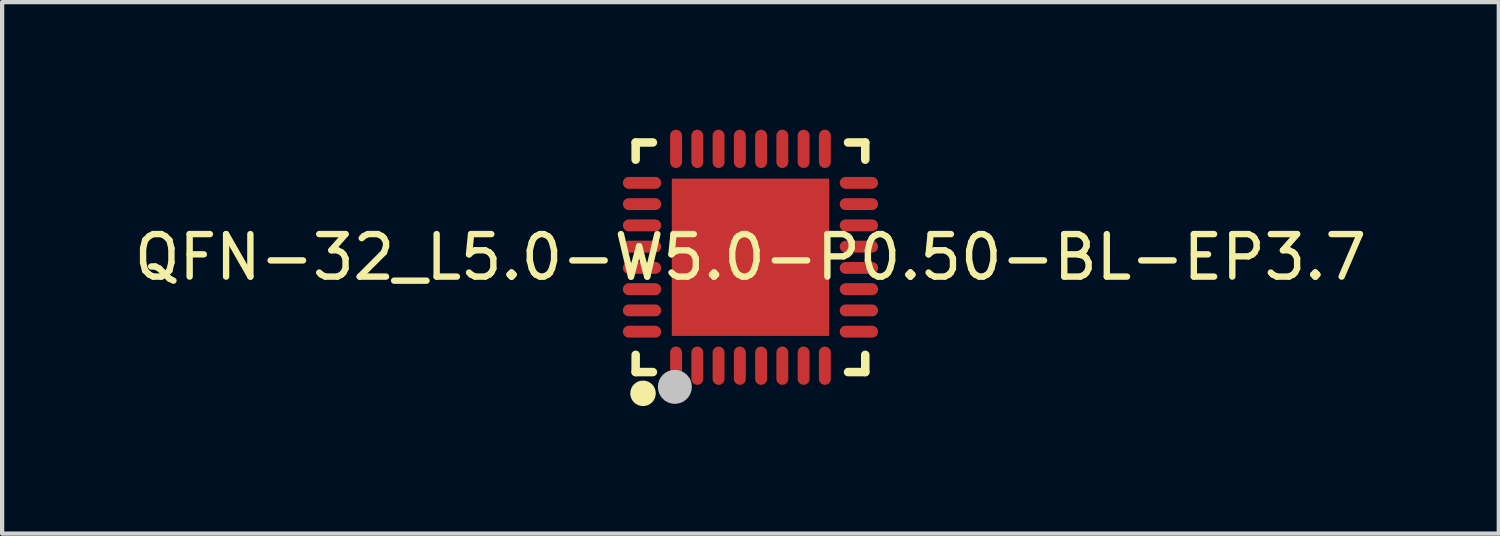
<source format=kicad_pcb>
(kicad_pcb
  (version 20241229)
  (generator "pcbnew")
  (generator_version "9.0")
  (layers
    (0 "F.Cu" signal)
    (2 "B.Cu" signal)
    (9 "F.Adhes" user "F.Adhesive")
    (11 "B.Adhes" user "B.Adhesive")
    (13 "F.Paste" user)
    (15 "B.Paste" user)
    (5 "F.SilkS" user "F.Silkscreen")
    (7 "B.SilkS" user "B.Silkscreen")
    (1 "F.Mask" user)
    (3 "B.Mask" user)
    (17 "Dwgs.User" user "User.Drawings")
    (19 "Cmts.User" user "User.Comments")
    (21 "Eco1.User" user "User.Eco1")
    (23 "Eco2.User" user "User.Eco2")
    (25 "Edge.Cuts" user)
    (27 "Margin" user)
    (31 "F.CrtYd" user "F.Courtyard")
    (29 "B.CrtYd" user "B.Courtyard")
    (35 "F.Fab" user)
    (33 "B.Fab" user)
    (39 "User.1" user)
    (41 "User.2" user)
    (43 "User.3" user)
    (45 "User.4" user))
  (footprint "QFN-32_L5.0-W5.0-P0.50-BL-EP3.7"
    (layer "F.Cu")
    (at 14.601 3.001)
    (property "Reference" "QFN-32_L5.0-W5.0-P0.50-BL-EP3.7" (at 0 0 0) (layer "F.SilkS") (effects (font (size 1 1) (thickness 0.15))))
    (fp_line (start -2.7 -2.7) (end -2.295 -2.7) (stroke (width 0.2) (type default)) (layer "F.SilkS"))
    (fp_line (start -2.7 -2.295) (end -2.7 -2.7) (stroke (width 0.2) (type default)) (layer "F.SilkS"))
    (fp_line (start -2.7 2.7) (end -2.7 2.295) (stroke (width 0.2) (type default)) (layer "F.SilkS"))
    (fp_line (start -2.295 2.7) (end -2.7 2.7) (stroke (width 0.2) (type default)) (layer "F.SilkS"))
    (fp_line (start 2.295 2.7) (end 2.7 2.7) (stroke (width 0.2) (type default)) (layer "F.SilkS"))
    (fp_line (start 2.7 -2.7) (end 2.295 -2.7) (stroke (width 0.2) (type default)) (layer "F.SilkS"))
    (fp_line (start 2.7 -2.295) (end 2.7 -2.7) (stroke (width 0.2) (type default)) (layer "F.SilkS"))
    (fp_line (start 2.7 2.7) (end 2.7 2.295) (stroke (width 0.2) (type default)) (layer "F.SilkS"))
    (fp_arc (start -2.5255 3.0505) (mid -2.52625 3.350503) (end -2.528 3.0505) (stroke (width 0.3) (type default)) (layer "F.SilkS"))
    (fp_poly (pts (xy -1.5 -1.5) (xy 1.5 -1.5) (xy 1.5 1.5) (xy -1.5 1.5)) (stroke (width 0) (type default)) (fill yes) (layer "F.Paste"))
    (fp_poly (pts (arc (start -2.86 -1.61) (mid -3 -1.75) (end -2.86 -1.89)) (arc (start -2.2405 -1.89) (mid -2.1005 -1.75) (end -2.2405 -1.61))) (stroke (width 0) (type default)) (fill yes) (layer "F.Paste"))
    (fp_poly (pts (arc (start -2.86 -1.11) (mid -3 -1.25) (end -2.86 -1.39)) (arc (start -2.2405 -1.39) (mid -2.1005 -1.25) (end -2.2405 -1.11))) (stroke (width 0) (type default)) (fill yes) (layer "F.Paste"))
    (fp_poly (pts (arc (start -2.86 -0.6095) (mid -3 -0.7495) (end -2.86 -0.8895)) (arc (start -2.2405 -0.8895) (mid -2.1005 -0.7495) (end -2.2405 -0.6095))) (stroke (width 0) (type default)) (fill yes) (layer "F.Paste"))
    (fp_poly (pts (arc (start -2.86 -0.109) (mid -3 -0.249) (end -2.86 -0.389)) (arc (start -2.2405 -0.389) (mid -2.1005 -0.249) (end -2.2405 -0.109))) (stroke (width 0) (type default)) (fill yes) (layer "F.Paste"))
    (fp_poly (pts (arc (start -2.86 0.389) (mid -3 0.249) (end -2.86 0.109)) (arc (start -2.2405 0.109) (mid -2.1005 0.249) (end -2.2405 0.389))) (stroke (width 0) (type default)) (fill yes) (layer "F.Paste"))
    (fp_poly (pts (arc (start -2.86 0.889) (mid -3 0.749) (end -2.86 0.609)) (arc (start -2.2405 0.609) (mid -2.1005 0.749) (end -2.2405 0.889))) (stroke (width 0) (type default)) (fill yes) (layer "F.Paste"))
    (fp_poly (pts (arc (start -2.86 1.3895) (mid -3 1.2495) (end -2.86 1.1095)) (arc (start -2.2405 1.1095) (mid -2.1005 1.2495) (end -2.2405 1.3895))) (stroke (width 0) (type default)) (fill yes) (layer "F.Paste"))
    (fp_poly (pts (arc (start -2.86 1.89) (mid -3 1.75) (end -2.86 1.61)) (arc (start -2.2405 1.61) (mid -2.1005 1.75) (end -2.2405 1.89))) (stroke (width 0) (type default)) (fill yes) (layer "F.Paste"))
    (fp_poly (pts (arc (start -1.89 -2.86) (mid -1.75 -3) (end -1.61 -2.86)) (arc (start -1.61 -2.24) (mid -1.75 -2.1) (end -1.89 -2.24))) (stroke (width 0) (type default)) (fill yes) (layer "F.Paste"))
    (fp_poly (pts (arc (start -1.89 2.24) (mid -1.75 2.1) (end -1.61 2.24)) (arc (start -1.61 2.86) (mid -1.75 3) (end -1.89 2.86))) (stroke (width 0) (type default)) (fill yes) (layer "F.Paste"))
    (fp_poly (pts (arc (start -1.39 -2.86) (mid -1.25 -3) (end -1.11 -2.86)) (arc (start -1.11 -2.24) (mid -1.25 -2.1) (end -1.39 -2.24))) (stroke (width 0) (type default)) (fill yes) (layer "F.Paste"))
    (fp_poly (pts (arc (start -1.39 2.24) (mid -1.25 2.1) (end -1.11 2.24)) (arc (start -1.11 2.86) (mid -1.25 3) (end -1.39 2.86))) (stroke (width 0) (type default)) (fill yes) (layer "F.Paste"))
    (fp_poly (pts (arc (start -0.8895 -2.86) (mid -0.7495 -3) (end -0.6095 -2.86)) (arc (start -0.6095 -2.24) (mid -0.7495 -2.1) (end -0.8895 -2.24))) (stroke (width 0) (type default)) (fill yes) (layer "F.Paste"))
    (fp_poly (pts (arc (start -0.8895 2.24) (mid -0.7495 2.1) (end -0.6095 2.24)) (arc (start -0.6095 2.86) (mid -0.7495 3) (end -0.8895 2.86))) (stroke (width 0) (type default)) (fill yes) (layer "F.Paste"))
    (fp_poly (pts (arc (start -0.389 -2.86) (mid -0.249 -3) (end -0.109 -2.86)) (arc (start -0.109 -2.24) (mid -0.249 -2.1) (end -0.389 -2.24))) (stroke (width 0) (type default)) (fill yes) (layer "F.Paste"))
    (fp_poly (pts (arc (start -0.389 2.24) (mid -0.249 2.1) (end -0.109 2.24)) (arc (start -0.109 2.86) (mid -0.249 3) (end -0.389 2.86))) (stroke (width 0) (type default)) (fill yes) (layer "F.Paste"))
    (fp_poly (pts (arc (start 0.109 -2.86) (mid 0.249 -3) (end 0.389 -2.86)) (arc (start 0.389 -2.24) (mid 0.249 -2.1) (end 0.109 -2.24))) (stroke (width 0) (type default)) (fill yes) (layer "F.Paste"))
    (fp_poly (pts (arc (start 0.109 2.24) (mid 0.249 2.1) (end 0.389 2.24)) (arc (start 0.389 2.86) (mid 0.249 3) (end 0.109 2.86))) (stroke (width 0) (type default)) (fill yes) (layer "F.Paste"))
    (fp_poly (pts (arc (start 0.609 -2.86) (mid 0.749 -3) (end 0.889 -2.86)) (arc (start 0.889 -2.24) (mid 0.749 -2.1) (end 0.609 -2.24))) (stroke (width 0) (type default)) (fill yes) (layer "F.Paste"))
    (fp_poly (pts (arc (start 0.609 2.24) (mid 0.749 2.1) (end 0.889 2.24)) (arc (start 0.889 2.86) (mid 0.749 3) (end 0.609 2.86))) (stroke (width 0) (type default)) (fill yes) (layer "F.Paste"))
    (fp_poly (pts (arc (start 1.1095 -2.86) (mid 1.2495 -3) (end 1.3895 -2.86)) (arc (start 1.3895 -2.24) (mid 1.2495 -2.1) (end 1.1095 -2.24))) (stroke (width 0) (type default)) (fill yes) (layer "F.Paste"))
    (fp_poly (pts (arc (start 1.1095 2.24) (mid 1.2495 2.1) (end 1.3895 2.24)) (arc (start 1.3895 2.86) (mid 1.2495 3) (end 1.1095 2.86))) (stroke (width 0) (type default)) (fill yes) (layer "F.Paste"))
    (fp_poly (pts (arc (start 1.61 -2.86) (mid 1.75 -3) (end 1.89 -2.86)) (arc (start 1.89 -2.24) (mid 1.75 -2.1) (end 1.61 -2.24))) (stroke (width 0) (type default)) (fill yes) (layer "F.Paste"))
    (fp_poly (pts (arc (start 1.61 2.24) (mid 1.75 2.1) (end 1.89 2.24)) (arc (start 1.89 2.86) (mid 1.75 3) (end 1.61 2.86))) (stroke (width 0) (type default)) (fill yes) (layer "F.Paste"))
    (fp_poly (pts (arc (start 2.24 -1.61) (mid 2.1 -1.75) (end 2.24 -1.89)) (arc (start 2.86 -1.89) (mid 3 -1.75) (end 2.86 -1.61))) (stroke (width 0) (type default)) (fill yes) (layer "F.Paste"))
    (fp_poly (pts (arc (start 2.24 -1.11) (mid 2.1 -1.25) (end 2.24 -1.39)) (arc (start 2.86 -1.39) (mid 3 -1.25) (end 2.86 -1.11))) (stroke (width 0) (type default)) (fill yes) (layer "F.Paste"))
    (fp_poly (pts (arc (start 2.24 -0.6095) (mid 2.1 -0.7495) (end 2.24 -0.8895)) (arc (start 2.86 -0.8895) (mid 3 -0.7495) (end 2.86 -0.6095))) (stroke (width 0) (type default)) (fill yes) (layer "F.Paste"))
    (fp_poly (pts (arc (start 2.24 -0.109) (mid 2.1 -0.249) (end 2.24 -0.389)) (arc (start 2.86 -0.389) (mid 3 -0.249) (end 2.86 -0.109))) (stroke (width 0) (type default)) (fill yes) (layer "F.Paste"))
    (fp_poly (pts (arc (start 2.24 0.389) (mid 2.1 0.249) (end 2.24 0.109)) (arc (start 2.86 0.109) (mid 3 0.249) (end 2.86 0.389))) (stroke (width 0) (type default)) (fill yes) (layer "F.Paste"))
    (fp_poly (pts (arc (start 2.24 0.889) (mid 2.1 0.749) (end 2.24 0.609)) (arc (start 2.86 0.609) (mid 3 0.749) (end 2.86 0.889))) (stroke (width 0) (type default)) (fill yes) (layer "F.Paste"))
    (fp_poly (pts (arc (start 2.24 1.3895) (mid 2.1 1.2495) (end 2.24 1.1095)) (arc (start 2.86 1.1095) (mid 3 1.2495) (end 2.86 1.3895))) (stroke (width 0) (type default)) (fill yes) (layer "F.Paste"))
    (fp_poly (pts (arc (start 2.24 1.89) (mid 2.1 1.75) (end 2.24 1.61)) (arc (start 2.86 1.61) (mid 3 1.75) (end 2.86 1.89))) (stroke (width 0) (type default)) (fill yes) (layer "F.Paste"))
    (fp_circle (center -1.778 3.048) (end -1.578 3.048) (stroke (width 0.4) (type default)) (fill no) (layer "Dwgs.User"))
    (fp_poly (pts (xy -2.503 -1.89) (xy -2.1 -1.89) (xy -2.1 -1.61) (xy -2.503 -1.61)) (stroke (width 0.1) (type default)) (fill no) (layer "User.1"))
    (fp_poly (pts (xy -2.503 -1.389) (xy -2.1 -1.389) (xy -2.1 -1.109) (xy -2.503 -1.109)) (stroke (width 0.1) (type default)) (fill no) (layer "User.1"))
    (fp_poly (pts (xy -2.503 -0.889) (xy -2.1 -0.889) (xy -2.1 -0.609) (xy -2.503 -0.609)) (stroke (width 0.1) (type default)) (fill no) (layer "User.1"))
    (fp_poly (pts (xy -2.503 -0.389) (xy -2.1 -0.389) (xy -2.1 -0.109) (xy -2.503 -0.109)) (stroke (width 0.1) (type default)) (fill no) (layer "User.1"))
    (fp_poly (pts (xy -2.1 0.389) (xy -2.503 0.389) (xy -2.503 0.109) (xy -2.1 0.109)) (stroke (width 0.1) (type default)) (fill no) (layer "User.1"))
    (fp_poly (pts (xy -2.1 0.889) (xy -2.503 0.889) (xy -2.503 0.61) (xy -2.1 0.61)) (stroke (width 0.1) (type default)) (fill no) (layer "User.1"))
    (fp_poly (pts (xy -2.1 1.39) (xy -2.503 1.39) (xy -2.503 1.11) (xy -2.1 1.11)) (stroke (width 0.1) (type default)) (fill no) (layer "User.1"))
    (fp_poly (pts (xy -2.1 1.89) (xy -2.503 1.89) (xy -2.503 1.61) (xy -2.1 1.61)) (stroke (width 0.1) (type default)) (fill no) (layer "User.1"))
    (fp_poly (pts (xy -1.89 -2.1) (xy -1.89 -2.503) (xy -1.61 -2.503) (xy -1.61 -2.1)) (stroke (width 0.1) (type default)) (fill no) (layer "User.1"))
    (fp_poly (pts (xy -1.89 2.503) (xy -1.89 2.1) (xy -1.61 2.1) (xy -1.61 2.503)) (stroke (width 0.1) (type default)) (fill no) (layer "User.1"))
    (fp_poly (pts (xy -1.85 -1.85) (xy 1.85 -1.85) (xy 1.85 1.85) (xy -1.85 1.85)) (stroke (width 0.1) (type default)) (fill no) (layer "User.1"))
    (fp_poly (pts (xy -1.389 -2.1) (xy -1.389 -2.503) (xy -1.109 -2.503) (xy -1.109 -2.1)) (stroke (width 0.1) (type default)) (fill no) (layer "User.1"))
    (fp_poly (pts (xy -1.389 2.503) (xy -1.389 2.1) (xy -1.109 2.1) (xy -1.109 2.503)) (stroke (width 0.1) (type default)) (fill no) (layer "User.1"))
    (fp_poly (pts (xy -0.889 -2.1) (xy -0.889 -2.503) (xy -0.61 -2.503) (xy -0.61 -2.1)) (stroke (width 0.1) (type default)) (fill no) (layer "User.1"))
    (fp_poly (pts (xy -0.889 2.503) (xy -0.889 2.1) (xy -0.609 2.1) (xy -0.609 2.503)) (stroke (width 0.1) (type default)) (fill no) (layer "User.1"))
    (fp_poly (pts (xy -0.389 -2.1) (xy -0.389 -2.503) (xy -0.109 -2.503) (xy -0.109 -2.1)) (stroke (width 0.1) (type default)) (fill no) (layer "User.1"))
    (fp_poly (pts (xy -0.11 2.1) (xy -0.11 2.503) (xy -0.39 2.503) (xy -0.39 2.1)) (stroke (width 0.1) (type default)) (fill no) (layer "User.1"))
    (fp_poly (pts (xy 0.389 -2.503) (xy 0.389 -2.1) (xy 0.109 -2.1) (xy 0.109 -2.503)) (stroke (width 0.1) (type default)) (fill no) (layer "User.1"))
    (fp_poly (pts (xy 0.39 2.1) (xy 0.39 2.503) (xy 0.11 2.503) (xy 0.11 2.1)) (stroke (width 0.1) (type default)) (fill no) (layer "User.1"))
    (fp_poly (pts (xy 0.889 -2.503) (xy 0.889 -2.1) (xy 0.61 -2.1) (xy 0.61 -2.503)) (stroke (width 0.1) (type default)) (fill no) (layer "User.1"))
    (fp_poly (pts (xy 0.889 2.1) (xy 0.889 2.503) (xy 0.61 2.503) (xy 0.61 2.1)) (stroke (width 0.1) (type default)) (fill no) (layer "User.1"))
    (fp_poly (pts (xy 1.389 -2.503) (xy 1.389 -2.1) (xy 1.109 -2.1) (xy 1.109 -2.503)) (stroke (width 0.1) (type default)) (fill no) (layer "User.1"))
    (fp_poly (pts (xy 1.39 2.1) (xy 1.39 2.503) (xy 1.11 2.503) (xy 1.11 2.1)) (stroke (width 0.1) (type default)) (fill no) (layer "User.1"))
    (fp_poly (pts (xy 1.89 -2.503) (xy 1.89 -2.1) (xy 1.61 -2.1) (xy 1.61 -2.503)) (stroke (width 0.1) (type default)) (fill no) (layer "User.1"))
    (fp_poly (pts (xy 1.89 2.1) (xy 1.89 2.503) (xy 1.61 2.503) (xy 1.61 2.1)) (stroke (width 0.1) (type default)) (fill no) (layer "User.1"))
    (fp_poly (pts (xy 2.1 -1.89) (xy 2.503 -1.89) (xy 2.503 -1.61) (xy 2.1 -1.61)) (stroke (width 0.1) (type default)) (fill no) (layer "User.1"))
    (fp_poly (pts (xy 2.1 -1.389) (xy 2.503 -1.389) (xy 2.503 -1.109) (xy 2.1 -1.109)) (stroke (width 0.1) (type default)) (fill no) (layer "User.1"))
    (fp_poly (pts (xy 2.1 -0.889) (xy 2.503 -0.889) (xy 2.503 -0.61) (xy 2.1 -0.61)) (stroke (width 0.1) (type default)) (fill no) (layer "User.1"))
    (fp_poly (pts (xy 2.1 -0.389) (xy 2.503 -0.389) (xy 2.503 -0.109) (xy 2.1 -0.109)) (stroke (width 0.1) (type default)) (fill no) (layer "User.1"))
    (fp_poly (pts (xy 2.503 0.389) (xy 2.1 0.389) (xy 2.1 0.109) (xy 2.503 0.109)) (stroke (width 0.1) (type default)) (fill no) (layer "User.1"))
    (fp_poly (pts (xy 2.503 0.889) (xy 2.1 0.889) (xy 2.1 0.61) (xy 2.503 0.61)) (stroke (width 0.1) (type default)) (fill no) (layer "User.1"))
    (fp_poly (pts (xy 2.503 1.389) (xy 2.1 1.389) (xy 2.1 1.109) (xy 2.503 1.109)) (stroke (width 0.1) (type default)) (fill no) (layer "User.1"))
    (fp_poly (pts (xy 2.503 1.89) (xy 2.1 1.89) (xy 2.1 1.61) (xy 2.503 1.61)) (stroke (width 0.1) (type default)) (fill no) (layer "User.1"))
    (fp_line (start -2.5 -2.5) (end 2.5 -2.5) (stroke (width 0.051) (type default)) (layer "User.2"))
    (fp_line (start -2.5 2.5) (end -2.5 -2.5) (stroke (width 0.051) (type default)) (layer "User.2"))
    (fp_line (start 2.5 -2.5) (end 2.5 2.5) (stroke (width 0.051) (type default)) (layer "User.2"))
    (fp_line (start 2.5 2.5) (end -2.5 2.5) (stroke (width 0.051) (type default)) (layer "User.2"))
    (fp_poly (pts (xy -2.448 2.48) (xy -2.48 2.448) (xy -2.526 2.448) (xy -2.558 2.48) (xy -2.558 2.526) (xy -2.526 2.558) (xy -2.48 2.558) (xy -2.448 2.526)) (stroke (width 0.1) (type default)) (fill no) (layer "User.3"))
    (pad "1" smd oval (at -1.75 2.55) (size 0.28 0.9) (layers "F.Cu" "F.Mask" "F.Paste"))
    (pad "2" smd oval (at -1.25 2.55) (size 0.28 0.9) (layers "F.Cu" "F.Mask" "F.Paste"))
    (pad "3" smd oval (at -0.75 2.55) (size 0.28 0.9) (layers "F.Cu" "F.Mask" "F.Paste"))
    (pad "4" smd oval (at -0.25 2.55) (size 0.28 0.9) (layers "F.Cu" "F.Mask" "F.Paste"))
    (pad "5" smd oval (at 0.25 2.55) (size 0.28 0.9) (layers "F.Cu" "F.Mask" "F.Paste"))
    (pad "6" smd oval (at 0.75 2.55) (size 0.28 0.9) (layers "F.Cu" "F.Mask" "F.Paste"))
    (pad "7" smd oval (at 1.25 2.55) (size 0.28 0.9) (layers "F.Cu" "F.Mask" "F.Paste"))
    (pad "8" smd oval (at 1.75 2.55) (size 0.28 0.9) (layers "F.Cu" "F.Mask" "F.Paste"))
    (pad "9" smd oval (at 2.55 1.75) (size 0.9 0.28) (layers "F.Cu" "F.Mask" "F.Paste"))
    (pad "10" smd oval (at 2.55 1.25) (size 0.9 0.28) (layers "F.Cu" "F.Mask" "F.Paste"))
    (pad "11" smd oval (at 2.55 0.75) (size 0.9 0.28) (layers "F.Cu" "F.Mask" "F.Paste"))
    (pad "12" smd oval (at 2.55 0.25) (size 0.9 0.28) (layers "F.Cu" "F.Mask" "F.Paste"))
    (pad "13" smd oval (at 2.55 -0.25) (size 0.9 0.28) (layers "F.Cu" "F.Mask" "F.Paste"))
    (pad "14" smd oval (at 2.55 -0.75) (size 0.9 0.28) (layers "F.Cu" "F.Mask" "F.Paste"))
    (pad "15" smd oval (at 2.55 -1.25) (size 0.9 0.28) (layers "F.Cu" "F.Mask" "F.Paste"))
    (pad "16" smd oval (at 2.55 -1.75) (size 0.9 0.28) (layers "F.Cu" "F.Mask" "F.Paste"))
    (pad "17" smd oval (at 1.75 -2.55) (size 0.28 0.9) (layers "F.Cu" "F.Mask" "F.Paste"))
    (pad "18" smd oval (at 1.25 -2.55) (size 0.28 0.9) (layers "F.Cu" "F.Mask" "F.Paste"))
    (pad "19" smd oval (at 0.75 -2.55) (size 0.28 0.9) (layers "F.Cu" "F.Mask" "F.Paste"))
    (pad "20" smd oval (at 0.25 -2.55) (size 0.28 0.9) (layers "F.Cu" "F.Mask" "F.Paste"))
    (pad "21" smd oval (at -0.25 -2.55) (size 0.28 0.9) (layers "F.Cu" "F.Mask" "F.Paste"))
    (pad "22" smd oval (at -0.75 -2.55) (size 0.28 0.9) (layers "F.Cu" "F.Mask" "F.Paste"))
    (pad "23" smd oval (at -1.25 -2.55) (size 0.28 0.9) (layers "F.Cu" "F.Mask" "F.Paste"))
    (pad "24" smd oval (at -1.75 -2.55) (size 0.28 0.9) (layers "F.Cu" "F.Mask" "F.Paste"))
    (pad "25" smd oval (at -2.55 -1.75) (size 0.9 0.28) (layers "F.Cu" "F.Mask" "F.Paste"))
    (pad "26" smd oval (at -2.55 -1.25) (size 0.9 0.28) (layers "F.Cu" "F.Mask" "F.Paste"))
    (pad "27" smd oval (at -2.55 -0.75) (size 0.9 0.28) (layers "F.Cu" "F.Mask" "F.Paste"))
    (pad "28" smd oval (at -2.55 -0.25) (size 0.9 0.28) (layers "F.Cu" "F.Mask" "F.Paste"))
    (pad "29" smd oval (at -2.55 0.25) (size 0.9 0.28) (layers "F.Cu" "F.Mask" "F.Paste"))
    (pad "30" smd oval (at -2.55 0.75) (size 0.9 0.28) (layers "F.Cu" "F.Mask" "F.Paste"))
    (pad "31" smd oval (at -2.55 1.25) (size 0.9 0.28) (layers "F.Cu" "F.Mask" "F.Paste"))
    (pad "32" smd oval (at -2.55 1.75) (size 0.9 0.28) (layers "F.Cu" "F.Mask" "F.Paste"))
    (pad "33" smd rect (at 0 0) (size 3.7 3.7) (layers "F.Cu" "F.Mask" "F.Paste")))
  (gr_rect
    (start -3 -3)
    (end 32.202 9.501)
    (stroke (width 0.1) (type default))
    (fill no)
    (layer "Edge.Cuts")))
</source>
